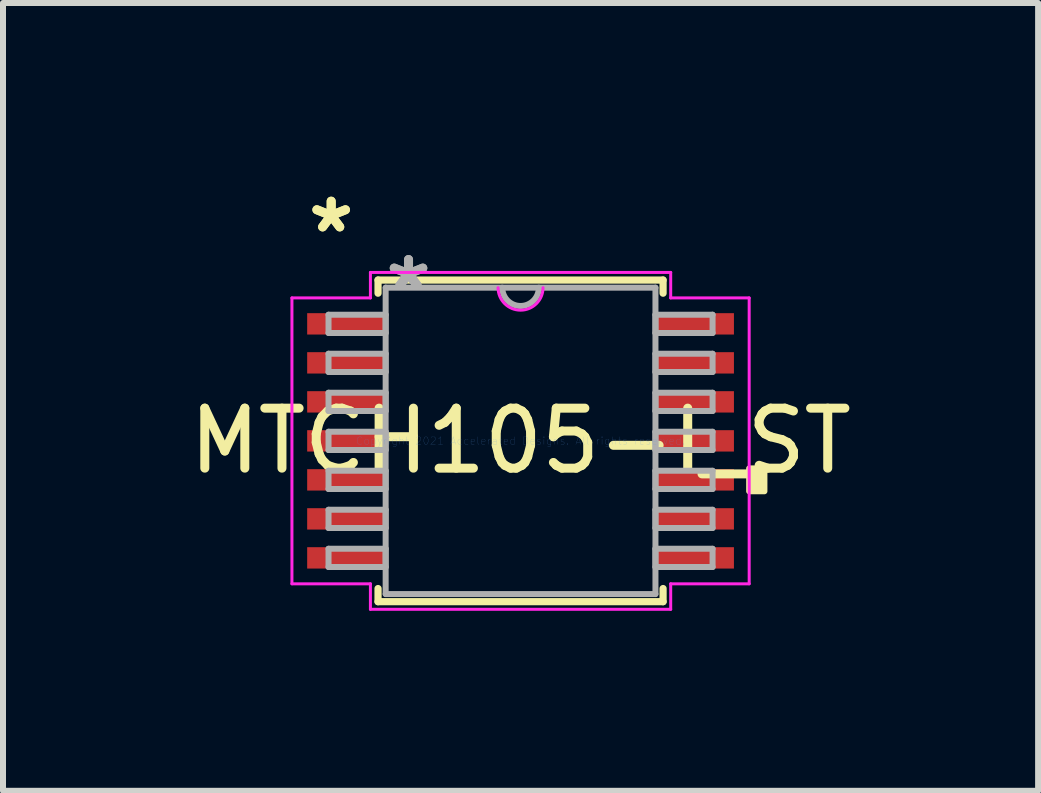
<source format=kicad_pcb>
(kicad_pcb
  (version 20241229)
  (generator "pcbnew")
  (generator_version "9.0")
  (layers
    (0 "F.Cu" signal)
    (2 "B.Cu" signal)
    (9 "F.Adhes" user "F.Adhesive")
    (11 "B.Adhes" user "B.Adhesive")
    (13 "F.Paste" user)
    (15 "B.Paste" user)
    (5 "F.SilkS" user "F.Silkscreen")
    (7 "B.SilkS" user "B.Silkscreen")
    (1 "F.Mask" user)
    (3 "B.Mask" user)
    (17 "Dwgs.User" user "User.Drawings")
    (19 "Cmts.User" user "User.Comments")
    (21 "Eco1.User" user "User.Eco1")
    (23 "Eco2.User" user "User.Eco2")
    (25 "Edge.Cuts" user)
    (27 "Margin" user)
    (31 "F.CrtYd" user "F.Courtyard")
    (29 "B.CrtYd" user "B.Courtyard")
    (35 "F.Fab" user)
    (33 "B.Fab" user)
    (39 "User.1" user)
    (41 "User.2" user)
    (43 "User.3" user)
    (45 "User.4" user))
  (footprint "MTCH105-I_ST"
    (layer "F.Cu")
    (at 5.625 4.297)
    (property "Reference" "MTCH105-I_ST" (at 0 0 0) (layer "F.SilkS") (effects (font (size 1 1) (thickness 0.15))))
    (attr through_hole)
    (fp_line (start -2.375 -2.68) (end -2.375 -2.461) (stroke (width 0.12) (type solid)) (layer "F.SilkS"))
    (fp_line (start -2.375 2.461) (end -2.375 2.68) (stroke (width 0.12) (type solid)) (layer "F.SilkS"))
    (fp_line (start -2.375 2.68) (end 2.375 2.68) (stroke (width 0.12) (type solid)) (layer "F.SilkS"))
    (fp_line (start 2.375 -2.68) (end -2.375 -2.68) (stroke (width 0.12) (type solid)) (layer "F.SilkS"))
    (fp_line (start 2.375 -2.461) (end 2.375 -2.68) (stroke (width 0.12) (type solid)) (layer "F.SilkS"))
    (fp_line (start 2.375 2.68) (end 2.375 2.461) (stroke (width 0.12) (type solid)) (layer "F.SilkS"))
    (fp_poly (pts (xy 4.064 0.459) (xy 4.064 0.84) (xy 3.81 0.84) (xy 3.81 0.459)) (stroke (width 0.1) (type solid)) (fill yes) (layer "F.SilkS"))
    (fp_line (start -3.81 -2.382) (end -2.502 -2.382) (stroke (width 0.05) (type solid)) (layer "F.CrtYd"))
    (fp_line (start -3.81 2.382) (end -3.81 -2.382) (stroke (width 0.05) (type solid)) (layer "F.CrtYd"))
    (fp_line (start -2.502 -2.807) (end 2.502 -2.807) (stroke (width 0.05) (type solid)) (layer "F.CrtYd"))
    (fp_line (start -2.502 -2.382) (end -2.502 -2.807) (stroke (width 0.05) (type solid)) (layer "F.CrtYd"))
    (fp_line (start -2.502 2.382) (end -3.81 2.382) (stroke (width 0.05) (type solid)) (layer "F.CrtYd"))
    (fp_line (start -2.502 2.807) (end -2.502 2.382) (stroke (width 0.05) (type solid)) (layer "F.CrtYd"))
    (fp_line (start 2.502 -2.807) (end 2.502 -2.382) (stroke (width 0.05) (type solid)) (layer "F.CrtYd"))
    (fp_line (start 2.502 -2.382) (end 3.81 -2.382) (stroke (width 0.05) (type solid)) (layer "F.CrtYd"))
    (fp_line (start 2.502 2.382) (end 2.502 2.807) (stroke (width 0.05) (type solid)) (layer "F.CrtYd"))
    (fp_line (start 2.502 2.807) (end -2.502 2.807) (stroke (width 0.05) (type solid)) (layer "F.CrtYd"))
    (fp_line (start 3.81 -2.382) (end 3.81 2.382) (stroke (width 0.05) (type solid)) (layer "F.CrtYd"))
    (fp_line (start 3.81 2.382) (end 2.502 2.382) (stroke (width 0.05) (type solid)) (layer "F.CrtYd"))
    (fp_arc (start 0.37465 -2.5527) (mid 0 -2.17805) (end -0.37465 -2.5527) (stroke (width 0.05) (type solid)) (layer "F.CrtYd"))
    (fp_line (start -3.2 -2.102) (end -3.2 -1.798) (stroke (width 0.1) (type solid)) (layer "F.Fab"))
    (fp_line (start -3.2 -1.798) (end -2.248 -1.798) (stroke (width 0.1) (type solid)) (layer "F.Fab"))
    (fp_line (start -3.2 -1.452) (end -3.2 -1.148) (stroke (width 0.1) (type solid)) (layer "F.Fab"))
    (fp_line (start -3.2 -1.148) (end -2.248 -1.148) (stroke (width 0.1) (type solid)) (layer "F.Fab"))
    (fp_line (start -3.2 -0.802) (end -3.2 -0.498) (stroke (width 0.1) (type solid)) (layer "F.Fab"))
    (fp_line (start -3.2 -0.498) (end -2.248 -0.498) (stroke (width 0.1) (type solid)) (layer "F.Fab"))
    (fp_line (start -3.2 -0.152) (end -3.2 0.152) (stroke (width 0.1) (type solid)) (layer "F.Fab"))
    (fp_line (start -3.2 0.152) (end -2.248 0.152) (stroke (width 0.1) (type solid)) (layer "F.Fab"))
    (fp_line (start -3.2 0.498) (end -3.2 0.802) (stroke (width 0.1) (type solid)) (layer "F.Fab"))
    (fp_line (start -3.2 0.802) (end -2.248 0.802) (stroke (width 0.1) (type solid)) (layer "F.Fab"))
    (fp_line (start -3.2 1.148) (end -3.2 1.452) (stroke (width 0.1) (type solid)) (layer "F.Fab"))
    (fp_line (start -3.2 1.452) (end -2.248 1.452) (stroke (width 0.1) (type solid)) (layer "F.Fab"))
    (fp_line (start -3.2 1.798) (end -3.2 2.102) (stroke (width 0.1) (type solid)) (layer "F.Fab"))
    (fp_line (start -3.2 2.102) (end -2.248 2.102) (stroke (width 0.1) (type solid)) (layer "F.Fab"))
    (fp_line (start -2.248 -2.553) (end -2.248 2.553) (stroke (width 0.1) (type solid)) (layer "F.Fab"))
    (fp_line (start -2.248 -2.102) (end -3.2 -2.102) (stroke (width 0.1) (type solid)) (layer "F.Fab"))
    (fp_line (start -2.248 -1.798) (end -2.248 -2.102) (stroke (width 0.1) (type solid)) (layer "F.Fab"))
    (fp_line (start -2.248 -1.452) (end -3.2 -1.452) (stroke (width 0.1) (type solid)) (layer "F.Fab"))
    (fp_line (start -2.248 -1.148) (end -2.248 -1.452) (stroke (width 0.1) (type solid)) (layer "F.Fab"))
    (fp_line (start -2.248 -0.802) (end -3.2 -0.802) (stroke (width 0.1) (type solid)) (layer "F.Fab"))
    (fp_line (start -2.248 -0.498) (end -2.248 -0.802) (stroke (width 0.1) (type solid)) (layer "F.Fab"))
    (fp_line (start -2.248 -0.152) (end -3.2 -0.152) (stroke (width 0.1) (type solid)) (layer "F.Fab"))
    (fp_line (start -2.248 0.152) (end -2.248 -0.152) (stroke (width 0.1) (type solid)) (layer "F.Fab"))
    (fp_line (start -2.248 0.498) (end -3.2 0.498) (stroke (width 0.1) (type solid)) (layer "F.Fab"))
    (fp_line (start -2.248 0.802) (end -2.248 0.498) (stroke (width 0.1) (type solid)) (layer "F.Fab"))
    (fp_line (start -2.248 1.148) (end -3.2 1.148) (stroke (width 0.1) (type solid)) (layer "F.Fab"))
    (fp_line (start -2.248 1.452) (end -2.248 1.148) (stroke (width 0.1) (type solid)) (layer "F.Fab"))
    (fp_line (start -2.248 1.798) (end -3.2 1.798) (stroke (width 0.1) (type solid)) (layer "F.Fab"))
    (fp_line (start -2.248 2.102) (end -2.248 1.798) (stroke (width 0.1) (type solid)) (layer "F.Fab"))
    (fp_line (start -2.248 2.553) (end 2.248 2.553) (stroke (width 0.1) (type solid)) (layer "F.Fab"))
    (fp_line (start 2.248 -2.553) (end -2.248 -2.553) (stroke (width 0.1) (type solid)) (layer "F.Fab"))
    (fp_line (start 2.248 -2.102) (end 2.248 -1.798) (stroke (width 0.1) (type solid)) (layer "F.Fab"))
    (fp_line (start 2.248 -1.798) (end 3.2 -1.798) (stroke (width 0.1) (type solid)) (layer "F.Fab"))
    (fp_line (start 2.248 -1.452) (end 2.248 -1.148) (stroke (width 0.1) (type solid)) (layer "F.Fab"))
    (fp_line (start 2.248 -1.148) (end 3.2 -1.148) (stroke (width 0.1) (type solid)) (layer "F.Fab"))
    (fp_line (start 2.248 -0.802) (end 2.248 -0.498) (stroke (width 0.1) (type solid)) (layer "F.Fab"))
    (fp_line (start 2.248 -0.498) (end 3.2 -0.498) (stroke (width 0.1) (type solid)) (layer "F.Fab"))
    (fp_line (start 2.248 -0.152) (end 2.248 0.152) (stroke (width 0.1) (type solid)) (layer "F.Fab"))
    (fp_line (start 2.248 0.152) (end 3.2 0.152) (stroke (width 0.1) (type solid)) (layer "F.Fab"))
    (fp_line (start 2.248 0.498) (end 2.248 0.802) (stroke (width 0.1) (type solid)) (layer "F.Fab"))
    (fp_line (start 2.248 0.802) (end 3.2 0.802) (stroke (width 0.1) (type solid)) (layer "F.Fab"))
    (fp_line (start 2.248 1.148) (end 2.248 1.452) (stroke (width 0.1) (type solid)) (layer "F.Fab"))
    (fp_line (start 2.248 1.452) (end 3.2 1.452) (stroke (width 0.1) (type solid)) (layer "F.Fab"))
    (fp_line (start 2.248 1.798) (end 2.248 2.102) (stroke (width 0.1) (type solid)) (layer "F.Fab"))
    (fp_line (start 2.248 2.102) (end 3.2 2.102) (stroke (width 0.1) (type solid)) (layer "F.Fab"))
    (fp_line (start 2.248 2.553) (end 2.248 -2.553) (stroke (width 0.1) (type solid)) (layer "F.Fab"))
    (fp_line (start 3.2 -2.102) (end 2.248 -2.102) (stroke (width 0.1) (type solid)) (layer "F.Fab"))
    (fp_line (start 3.2 -1.798) (end 3.2 -2.102) (stroke (width 0.1) (type solid)) (layer "F.Fab"))
    (fp_line (start 3.2 -1.452) (end 2.248 -1.452) (stroke (width 0.1) (type solid)) (layer "F.Fab"))
    (fp_line (start 3.2 -1.148) (end 3.2 -1.452) (stroke (width 0.1) (type solid)) (layer "F.Fab"))
    (fp_line (start 3.2 -0.802) (end 2.248 -0.802) (stroke (width 0.1) (type solid)) (layer "F.Fab"))
    (fp_line (start 3.2 -0.498) (end 3.2 -0.802) (stroke (width 0.1) (type solid)) (layer "F.Fab"))
    (fp_line (start 3.2 -0.152) (end 2.248 -0.152) (stroke (width 0.1) (type solid)) (layer "F.Fab"))
    (fp_line (start 3.2 0.152) (end 3.2 -0.152) (stroke (width 0.1) (type solid)) (layer "F.Fab"))
    (fp_line (start 3.2 0.498) (end 2.248 0.498) (stroke (width 0.1) (type solid)) (layer "F.Fab"))
    (fp_line (start 3.2 0.802) (end 3.2 0.498) (stroke (width 0.1) (type solid)) (layer "F.Fab"))
    (fp_line (start 3.2 1.148) (end 2.248 1.148) (stroke (width 0.1) (type solid)) (layer "F.Fab"))
    (fp_line (start 3.2 1.452) (end 3.2 1.148) (stroke (width 0.1) (type solid)) (layer "F.Fab"))
    (fp_line (start 3.2 1.798) (end 2.248 1.798) (stroke (width 0.1) (type solid)) (layer "F.Fab"))
    (fp_line (start 3.2 2.102) (end 3.2 1.798) (stroke (width 0.1) (type solid)) (layer "F.Fab"))
    (fp_arc (start 0.3048 -2.5527) (mid 0 -2.2479) (end -0.3048 -2.5527) (stroke (width 0.1) (type solid)) (layer "F.Fab"))
    (fp_text user "*" (at -3.156 -3.449 0) (layer "F.SilkS") (effects (font (size 1 1) (thickness 0.15))))
    (fp_text user "*" (at -3.156 -3.449 0) (layer "F.SilkS") (effects (font (size 1 1) (thickness 0.15))))
    (fp_text user "Copyright 2021 Accelerated Designs. All rights reserved." (at 0 0 0) (layer "Cmts.User") (effects (font (size 0.127 0.127) (thickness 0.002))))
    (fp_text user "*" (at -1.867 -2.477 0) (layer "F.Fab") (effects (font (size 1 1) (thickness 0.15))))
    (fp_text user "*" (at -1.867 -2.477 0) (layer "F.Fab") (effects (font (size 1 1) (thickness 0.15))))
    (pad "1" smd rect (at -2.902 -1.95) (size 1.308 0.356) (layers "F.Cu" "F.Mask" "F.Paste"))
    (pad "2" smd rect (at -2.902 -1.3) (size 1.308 0.356) (layers "F.Cu" "F.Mask" "F.Paste"))
    (pad "3" smd rect (at -2.902 -0.65) (size 1.308 0.356) (layers "F.Cu" "F.Mask" "F.Paste"))
    (pad "4" smd rect (at -2.902 0) (size 1.308 0.356) (layers "F.Cu" "F.Mask" "F.Paste"))
    (pad "5" smd rect (at -2.902 0.65) (size 1.308 0.356) (layers "F.Cu" "F.Mask" "F.Paste"))
    (pad "6" smd rect (at -2.902 1.3) (size 1.308 0.356) (layers "F.Cu" "F.Mask" "F.Paste"))
    (pad "7" smd rect (at -2.902 1.95) (size 1.308 0.356) (layers "F.Cu" "F.Mask" "F.Paste"))
    (pad "8" smd rect (at 2.902 1.95) (size 1.308 0.356) (layers "F.Cu" "F.Mask" "F.Paste"))
    (pad "9" smd rect (at 2.902 1.3) (size 1.308 0.356) (layers "F.Cu" "F.Mask" "F.Paste"))
    (pad "10" smd rect (at 2.902 0.65) (size 1.308 0.356) (layers "F.Cu" "F.Mask" "F.Paste"))
    (pad "11" smd rect (at 2.902 0) (size 1.308 0.356) (layers "F.Cu" "F.Mask" "F.Paste"))
    (pad "12" smd rect (at 2.902 -0.65) (size 1.308 0.356) (layers "F.Cu" "F.Mask" "F.Paste"))
    (pad "13" smd rect (at 2.902 -1.3) (size 1.308 0.356) (layers "F.Cu" "F.Mask" "F.Paste"))
    (pad "14" smd rect (at 2.902 -1.95) (size 1.308 0.356) (layers "F.Cu" "F.Mask" "F.Paste")))
  (gr_rect
    (start -3 -3)
    (end 14.25 10.129)
    (stroke (width 0.1) (type default))
    (fill no)
    (layer "Edge.Cuts")))
</source>
